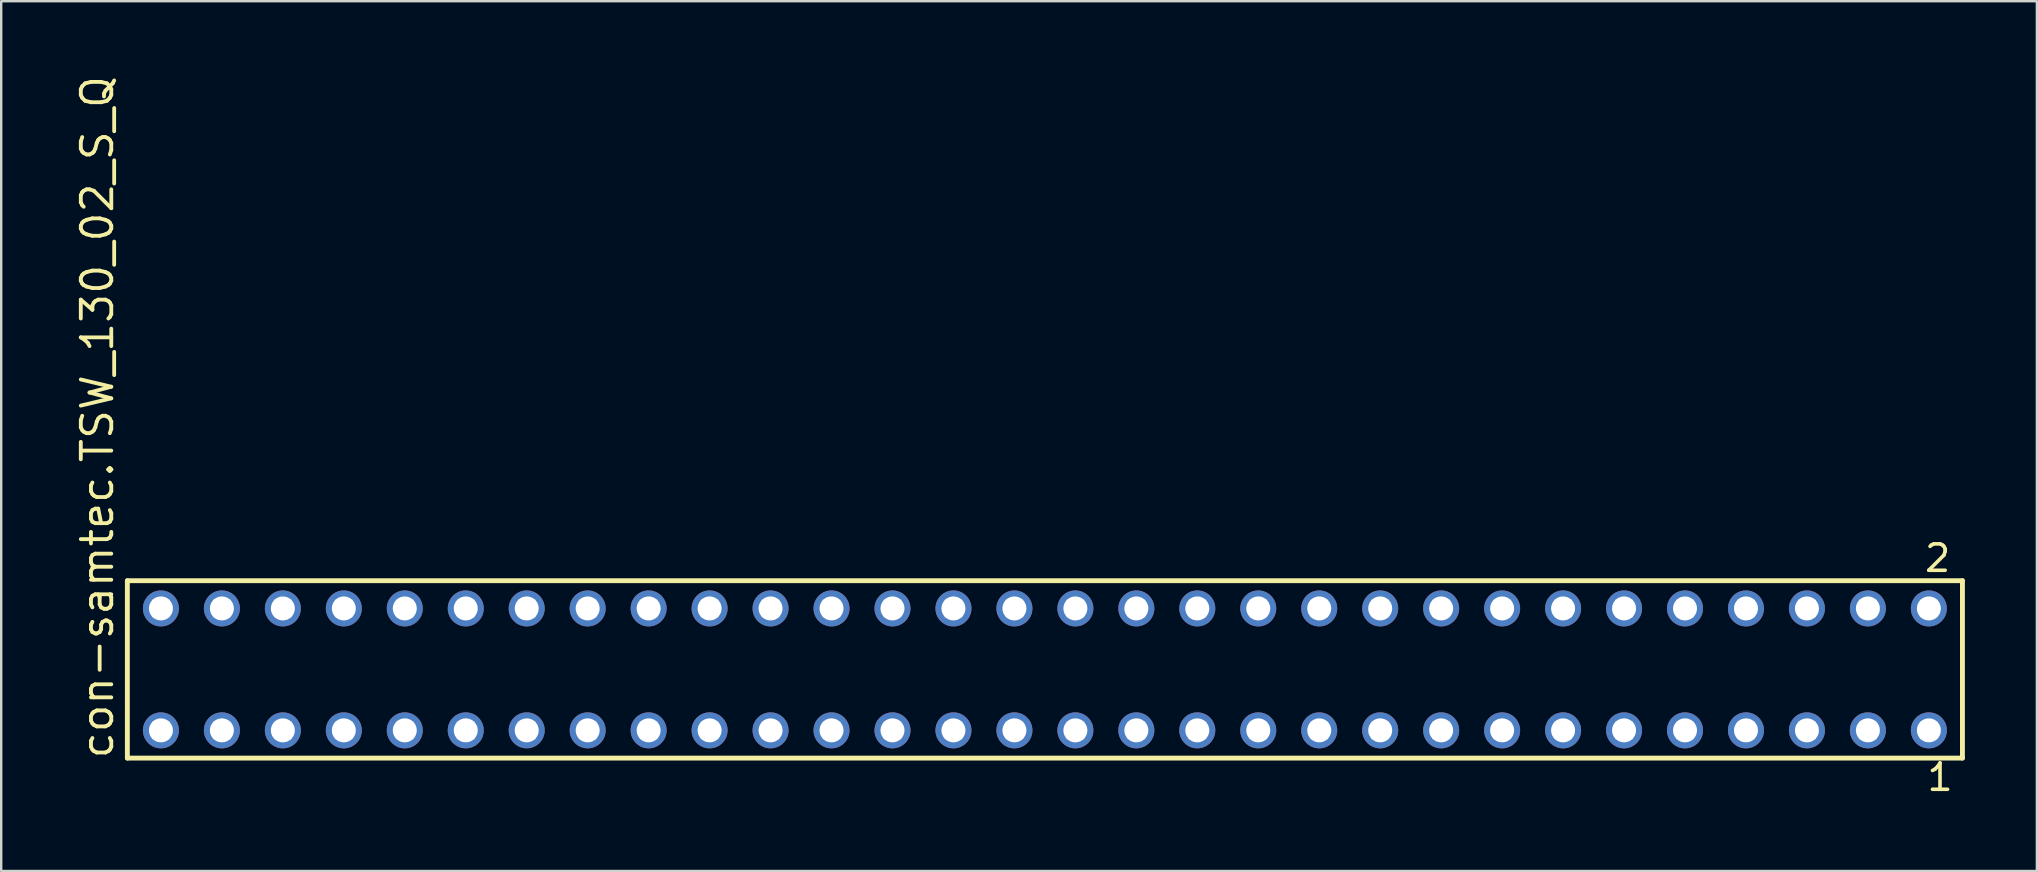
<source format=kicad_pcb>
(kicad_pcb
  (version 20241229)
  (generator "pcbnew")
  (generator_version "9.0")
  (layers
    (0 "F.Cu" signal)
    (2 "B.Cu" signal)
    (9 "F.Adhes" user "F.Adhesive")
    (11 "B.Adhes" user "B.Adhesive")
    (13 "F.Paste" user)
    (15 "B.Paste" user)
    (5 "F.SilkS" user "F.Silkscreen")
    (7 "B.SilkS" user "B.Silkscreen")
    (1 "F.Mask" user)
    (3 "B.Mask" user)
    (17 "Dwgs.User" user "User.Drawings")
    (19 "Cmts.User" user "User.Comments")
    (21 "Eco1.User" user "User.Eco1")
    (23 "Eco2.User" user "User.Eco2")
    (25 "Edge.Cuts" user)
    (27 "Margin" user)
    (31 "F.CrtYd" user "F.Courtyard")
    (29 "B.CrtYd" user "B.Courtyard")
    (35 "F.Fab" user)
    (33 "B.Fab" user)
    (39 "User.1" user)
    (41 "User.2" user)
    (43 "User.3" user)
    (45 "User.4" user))
  (footprint "con-samtec.TSW_130_02_S_Q"
    (layer "F.Cu")
    (at 40.485 24.84)
    (property "Reference" "con-samtec.TSW_130_02_S_Q" (at -38.735 3.81 90) (layer "F.SilkS") (effects (font (size 1.27 1.27) (thickness 0.16)) (justify left bottom)))
    (attr through_hole)
    (fp_line (start -38.229 -3.695) (end 38.229 -3.695) (stroke (width 0.203) (type default)) (layer "F.SilkS"))
    (fp_line (start -38.229 3.695) (end -38.229 -3.695) (stroke (width 0.203) (type default)) (layer "F.SilkS"))
    (fp_line (start 38.229 -3.695) (end 38.229 3.695) (stroke (width 0.203) (type default)) (layer "F.SilkS"))
    (fp_line (start 38.229 3.695) (end -38.229 3.695) (stroke (width 0.203) (type default)) (layer "F.SilkS"))
    (fp_rect (start -37.18 -2.19) (end -36.48 -2.89) (stroke (width 0.05) (type default)) (fill no) (layer "F.Fab"))
    (fp_rect (start -37.18 2.89) (end -36.48 2.19) (stroke (width 0.05) (type default)) (fill no) (layer "F.Fab"))
    (fp_rect (start -34.64 -2.19) (end -33.94 -2.89) (stroke (width 0.05) (type default)) (fill no) (layer "F.Fab"))
    (fp_rect (start -34.64 2.89) (end -33.94 2.19) (stroke (width 0.05) (type default)) (fill no) (layer "F.Fab"))
    (fp_rect (start -32.1 -2.19) (end -31.4 -2.89) (stroke (width 0.05) (type default)) (fill no) (layer "F.Fab"))
    (fp_rect (start -32.1 2.89) (end -31.4 2.19) (stroke (width 0.05) (type default)) (fill no) (layer "F.Fab"))
    (fp_rect (start -29.56 -2.19) (end -28.86 -2.89) (stroke (width 0.05) (type default)) (fill no) (layer "F.Fab"))
    (fp_rect (start -29.56 2.89) (end -28.86 2.19) (stroke (width 0.05) (type default)) (fill no) (layer "F.Fab"))
    (fp_rect (start -27.02 -2.19) (end -26.32 -2.89) (stroke (width 0.05) (type default)) (fill no) (layer "F.Fab"))
    (fp_rect (start -27.02 2.89) (end -26.32 2.19) (stroke (width 0.05) (type default)) (fill no) (layer "F.Fab"))
    (fp_rect (start -24.48 -2.19) (end -23.78 -2.89) (stroke (width 0.05) (type default)) (fill no) (layer "F.Fab"))
    (fp_rect (start -24.48 2.89) (end -23.78 2.19) (stroke (width 0.05) (type default)) (fill no) (layer "F.Fab"))
    (fp_rect (start -21.94 -2.19) (end -21.24 -2.89) (stroke (width 0.05) (type default)) (fill no) (layer "F.Fab"))
    (fp_rect (start -21.94 2.89) (end -21.24 2.19) (stroke (width 0.05) (type default)) (fill no) (layer "F.Fab"))
    (fp_rect (start -19.4 -2.19) (end -18.7 -2.89) (stroke (width 0.05) (type default)) (fill no) (layer "F.Fab"))
    (fp_rect (start -19.4 2.89) (end -18.7 2.19) (stroke (width 0.05) (type default)) (fill no) (layer "F.Fab"))
    (fp_rect (start -16.86 -2.19) (end -16.16 -2.89) (stroke (width 0.05) (type default)) (fill no) (layer "F.Fab"))
    (fp_rect (start -16.86 2.89) (end -16.16 2.19) (stroke (width 0.05) (type default)) (fill no) (layer "F.Fab"))
    (fp_rect (start -14.32 -2.19) (end -13.62 -2.89) (stroke (width 0.05) (type default)) (fill no) (layer "F.Fab"))
    (fp_rect (start -14.32 2.89) (end -13.62 2.19) (stroke (width 0.05) (type default)) (fill no) (layer "F.Fab"))
    (fp_rect (start -11.78 -2.19) (end -11.08 -2.89) (stroke (width 0.05) (type default)) (fill no) (layer "F.Fab"))
    (fp_rect (start -11.78 2.89) (end -11.08 2.19) (stroke (width 0.05) (type default)) (fill no) (layer "F.Fab"))
    (fp_rect (start -9.24 -2.19) (end -8.54 -2.89) (stroke (width 0.05) (type default)) (fill no) (layer "F.Fab"))
    (fp_rect (start -9.24 2.89) (end -8.54 2.19) (stroke (width 0.05) (type default)) (fill no) (layer "F.Fab"))
    (fp_rect (start -6.7 -2.19) (end -6 -2.89) (stroke (width 0.05) (type default)) (fill no) (layer "F.Fab"))
    (fp_rect (start -6.7 2.89) (end -6 2.19) (stroke (width 0.05) (type default)) (fill no) (layer "F.Fab"))
    (fp_rect (start -4.16 -2.19) (end -3.46 -2.89) (stroke (width 0.05) (type default)) (fill no) (layer "F.Fab"))
    (fp_rect (start -4.16 2.89) (end -3.46 2.19) (stroke (width 0.05) (type default)) (fill no) (layer "F.Fab"))
    (fp_rect (start -1.62 -2.19) (end -0.92 -2.89) (stroke (width 0.05) (type default)) (fill no) (layer "F.Fab"))
    (fp_rect (start -1.62 2.89) (end -0.92 2.19) (stroke (width 0.05) (type default)) (fill no) (layer "F.Fab"))
    (fp_rect (start 0.92 -2.19) (end 1.62 -2.89) (stroke (width 0.05) (type default)) (fill no) (layer "F.Fab"))
    (fp_rect (start 0.92 2.89) (end 1.62 2.19) (stroke (width 0.05) (type default)) (fill no) (layer "F.Fab"))
    (fp_rect (start 3.46 -2.19) (end 4.16 -2.89) (stroke (width 0.05) (type default)) (fill no) (layer "F.Fab"))
    (fp_rect (start 3.46 2.89) (end 4.16 2.19) (stroke (width 0.05) (type default)) (fill no) (layer "F.Fab"))
    (fp_rect (start 6 -2.19) (end 6.7 -2.89) (stroke (width 0.05) (type default)) (fill no) (layer "F.Fab"))
    (fp_rect (start 6 2.89) (end 6.7 2.19) (stroke (width 0.05) (type default)) (fill no) (layer "F.Fab"))
    (fp_rect (start 8.54 -2.19) (end 9.24 -2.89) (stroke (width 0.05) (type default)) (fill no) (layer "F.Fab"))
    (fp_rect (start 8.54 2.89) (end 9.24 2.19) (stroke (width 0.05) (type default)) (fill no) (layer "F.Fab"))
    (fp_rect (start 11.08 -2.19) (end 11.78 -2.89) (stroke (width 0.05) (type default)) (fill no) (layer "F.Fab"))
    (fp_rect (start 11.08 2.89) (end 11.78 2.19) (stroke (width 0.05) (type default)) (fill no) (layer "F.Fab"))
    (fp_rect (start 13.62 -2.19) (end 14.32 -2.89) (stroke (width 0.05) (type default)) (fill no) (layer "F.Fab"))
    (fp_rect (start 13.62 2.89) (end 14.32 2.19) (stroke (width 0.05) (type default)) (fill no) (layer "F.Fab"))
    (fp_rect (start 16.16 -2.19) (end 16.86 -2.89) (stroke (width 0.05) (type default)) (fill no) (layer "F.Fab"))
    (fp_rect (start 16.16 2.89) (end 16.86 2.19) (stroke (width 0.05) (type default)) (fill no) (layer "F.Fab"))
    (fp_rect (start 18.7 -2.19) (end 19.4 -2.89) (stroke (width 0.05) (type default)) (fill no) (layer "F.Fab"))
    (fp_rect (start 18.7 2.89) (end 19.4 2.19) (stroke (width 0.05) (type default)) (fill no) (layer "F.Fab"))
    (fp_rect (start 21.24 -2.19) (end 21.94 -2.89) (stroke (width 0.05) (type default)) (fill no) (layer "F.Fab"))
    (fp_rect (start 21.24 2.89) (end 21.94 2.19) (stroke (width 0.05) (type default)) (fill no) (layer "F.Fab"))
    (fp_rect (start 23.78 -2.19) (end 24.48 -2.89) (stroke (width 0.05) (type default)) (fill no) (layer "F.Fab"))
    (fp_rect (start 23.78 2.89) (end 24.48 2.19) (stroke (width 0.05) (type default)) (fill no) (layer "F.Fab"))
    (fp_rect (start 26.32 -2.19) (end 27.02 -2.89) (stroke (width 0.05) (type default)) (fill no) (layer "F.Fab"))
    (fp_rect (start 26.32 2.89) (end 27.02 2.19) (stroke (width 0.05) (type default)) (fill no) (layer "F.Fab"))
    (fp_rect (start 28.86 -2.19) (end 29.56 -2.89) (stroke (width 0.05) (type default)) (fill no) (layer "F.Fab"))
    (fp_rect (start 28.86 2.89) (end 29.56 2.19) (stroke (width 0.05) (type default)) (fill no) (layer "F.Fab"))
    (fp_rect (start 31.4 -2.19) (end 32.1 -2.89) (stroke (width 0.05) (type default)) (fill no) (layer "F.Fab"))
    (fp_rect (start 31.4 2.89) (end 32.1 2.19) (stroke (width 0.05) (type default)) (fill no) (layer "F.Fab"))
    (fp_rect (start 33.94 -2.19) (end 34.64 -2.89) (stroke (width 0.05) (type default)) (fill no) (layer "F.Fab"))
    (fp_rect (start 33.94 2.89) (end 34.64 2.19) (stroke (width 0.05) (type default)) (fill no) (layer "F.Fab"))
    (fp_rect (start 36.48 -2.19) (end 37.18 -2.89) (stroke (width 0.05) (type default)) (fill no) (layer "F.Fab"))
    (fp_rect (start 36.48 2.89) (end 37.18 2.19) (stroke (width 0.05) (type default)) (fill no) (layer "F.Fab"))
    (fp_text user "1" (at 36.672 5.138 0) (layer "F.SilkS") (effects (font (size 1.1 1.1) (thickness 0.15)) (justify left bottom)))
    (fp_text user "2" (at 36.572 -3.989 0) (layer "F.SilkS") (effects (font (size 1.1 1.1) (thickness 0.15)) (justify left bottom)))
    (pad "1" thru_hole circle (at 36.83 2.54 180) (size 1.5 1.5) (drill 1) (layers "*.Cu" "*.Mask"))
    (pad "2" thru_hole circle (at 36.83 -2.54 180) (size 1.5 1.5) (drill 1) (layers "*.Cu" "*.Mask"))
    (pad "3" thru_hole circle (at 34.29 2.54 180) (size 1.5 1.5) (drill 1) (layers "*.Cu" "*.Mask"))
    (pad "4" thru_hole circle (at 34.29 -2.54 180) (size 1.5 1.5) (drill 1) (layers "*.Cu" "*.Mask"))
    (pad "5" thru_hole circle (at 31.75 2.54 180) (size 1.5 1.5) (drill 1) (layers "*.Cu" "*.Mask"))
    (pad "6" thru_hole circle (at 31.75 -2.54 180) (size 1.5 1.5) (drill 1) (layers "*.Cu" "*.Mask"))
    (pad "7" thru_hole circle (at 29.21 2.54 180) (size 1.5 1.5) (drill 1) (layers "*.Cu" "*.Mask"))
    (pad "8" thru_hole circle (at 29.21 -2.54 180) (size 1.5 1.5) (drill 1) (layers "*.Cu" "*.Mask"))
    (pad "9" thru_hole circle (at 26.67 2.54 180) (size 1.5 1.5) (drill 1) (layers "*.Cu" "*.Mask"))
    (pad "10" thru_hole circle (at 26.67 -2.54 180) (size 1.5 1.5) (drill 1) (layers "*.Cu" "*.Mask"))
    (pad "11" thru_hole circle (at 24.13 2.54 180) (size 1.5 1.5) (drill 1) (layers "*.Cu" "*.Mask"))
    (pad "12" thru_hole circle (at 24.13 -2.54 180) (size 1.5 1.5) (drill 1) (layers "*.Cu" "*.Mask"))
    (pad "13" thru_hole circle (at 21.59 2.54 180) (size 1.5 1.5) (drill 1) (layers "*.Cu" "*.Mask"))
    (pad "14" thru_hole circle (at 21.59 -2.54 180) (size 1.5 1.5) (drill 1) (layers "*.Cu" "*.Mask"))
    (pad "15" thru_hole circle (at 19.05 2.54 180) (size 1.5 1.5) (drill 1) (layers "*.Cu" "*.Mask"))
    (pad "16" thru_hole circle (at 19.05 -2.54 180) (size 1.5 1.5) (drill 1) (layers "*.Cu" "*.Mask"))
    (pad "17" thru_hole circle (at 16.51 2.54 180) (size 1.5 1.5) (drill 1) (layers "*.Cu" "*.Mask"))
    (pad "18" thru_hole circle (at 16.51 -2.54 180) (size 1.5 1.5) (drill 1) (layers "*.Cu" "*.Mask"))
    (pad "19" thru_hole circle (at 13.97 2.54 180) (size 1.5 1.5) (drill 1) (layers "*.Cu" "*.Mask"))
    (pad "20" thru_hole circle (at 13.97 -2.54 180) (size 1.5 1.5) (drill 1) (layers "*.Cu" "*.Mask"))
    (pad "21" thru_hole circle (at 11.43 2.54 180) (size 1.5 1.5) (drill 1) (layers "*.Cu" "*.Mask"))
    (pad "22" thru_hole circle (at 11.43 -2.54 180) (size 1.5 1.5) (drill 1) (layers "*.Cu" "*.Mask"))
    (pad "23" thru_hole circle (at 8.89 2.54 180) (size 1.5 1.5) (drill 1) (layers "*.Cu" "*.Mask"))
    (pad "24" thru_hole circle (at 8.89 -2.54 180) (size 1.5 1.5) (drill 1) (layers "*.Cu" "*.Mask"))
    (pad "25" thru_hole circle (at 6.35 2.54 180) (size 1.5 1.5) (drill 1) (layers "*.Cu" "*.Mask"))
    (pad "26" thru_hole circle (at 6.35 -2.54 180) (size 1.5 1.5) (drill 1) (layers "*.Cu" "*.Mask"))
    (pad "27" thru_hole circle (at 3.81 2.54 180) (size 1.5 1.5) (drill 1) (layers "*.Cu" "*.Mask"))
    (pad "28" thru_hole circle (at 3.81 -2.54 180) (size 1.5 1.5) (drill 1) (layers "*.Cu" "*.Mask"))
    (pad "29" thru_hole circle (at 1.27 2.54 180) (size 1.5 1.5) (drill 1) (layers "*.Cu" "*.Mask"))
    (pad "30" thru_hole circle (at 1.27 -2.54 180) (size 1.5 1.5) (drill 1) (layers "*.Cu" "*.Mask"))
    (pad "31" thru_hole circle (at -1.27 2.54 180) (size 1.5 1.5) (drill 1) (layers "*.Cu" "*.Mask"))
    (pad "32" thru_hole circle (at -1.27 -2.54 180) (size 1.5 1.5) (drill 1) (layers "*.Cu" "*.Mask"))
    (pad "33" thru_hole circle (at -3.81 2.54 180) (size 1.5 1.5) (drill 1) (layers "*.Cu" "*.Mask"))
    (pad "34" thru_hole circle (at -3.81 -2.54 180) (size 1.5 1.5) (drill 1) (layers "*.Cu" "*.Mask"))
    (pad "35" thru_hole circle (at -6.35 2.54 180) (size 1.5 1.5) (drill 1) (layers "*.Cu" "*.Mask"))
    (pad "36" thru_hole circle (at -6.35 -2.54 180) (size 1.5 1.5) (drill 1) (layers "*.Cu" "*.Mask"))
    (pad "37" thru_hole circle (at -8.89 2.54 180) (size 1.5 1.5) (drill 1) (layers "*.Cu" "*.Mask"))
    (pad "38" thru_hole circle (at -8.89 -2.54 180) (size 1.5 1.5) (drill 1) (layers "*.Cu" "*.Mask"))
    (pad "39" thru_hole circle (at -11.43 2.54 180) (size 1.5 1.5) (drill 1) (layers "*.Cu" "*.Mask"))
    (pad "40" thru_hole circle (at -11.43 -2.54 180) (size 1.5 1.5) (drill 1) (layers "*.Cu" "*.Mask"))
    (pad "41" thru_hole circle (at -13.97 2.54 180) (size 1.5 1.5) (drill 1) (layers "*.Cu" "*.Mask"))
    (pad "42" thru_hole circle (at -13.97 -2.54 180) (size 1.5 1.5) (drill 1) (layers "*.Cu" "*.Mask"))
    (pad "43" thru_hole circle (at -16.51 2.54 180) (size 1.5 1.5) (drill 1) (layers "*.Cu" "*.Mask"))
    (pad "44" thru_hole circle (at -16.51 -2.54 180) (size 1.5 1.5) (drill 1) (layers "*.Cu" "*.Mask"))
    (pad "45" thru_hole circle (at -19.05 2.54 180) (size 1.5 1.5) (drill 1) (layers "*.Cu" "*.Mask"))
    (pad "46" thru_hole circle (at -19.05 -2.54 180) (size 1.5 1.5) (drill 1) (layers "*.Cu" "*.Mask"))
    (pad "47" thru_hole circle (at -21.59 2.54 180) (size 1.5 1.5) (drill 1) (layers "*.Cu" "*.Mask"))
    (pad "48" thru_hole circle (at -21.59 -2.54 180) (size 1.5 1.5) (drill 1) (layers "*.Cu" "*.Mask"))
    (pad "49" thru_hole circle (at -24.13 2.54 180) (size 1.5 1.5) (drill 1) (layers "*.Cu" "*.Mask"))
    (pad "50" thru_hole circle (at -24.13 -2.54 180) (size 1.5 1.5) (drill 1) (layers "*.Cu" "*.Mask"))
    (pad "51" thru_hole circle (at -26.67 2.54 180) (size 1.5 1.5) (drill 1) (layers "*.Cu" "*.Mask"))
    (pad "52" thru_hole circle (at -26.67 -2.54 180) (size 1.5 1.5) (drill 1) (layers "*.Cu" "*.Mask"))
    (pad "53" thru_hole circle (at -29.21 2.54 180) (size 1.5 1.5) (drill 1) (layers "*.Cu" "*.Mask"))
    (pad "54" thru_hole circle (at -29.21 -2.54 180) (size 1.5 1.5) (drill 1) (layers "*.Cu" "*.Mask"))
    (pad "55" thru_hole circle (at -31.75 2.54 180) (size 1.5 1.5) (drill 1) (layers "*.Cu" "*.Mask"))
    (pad "56" thru_hole circle (at -31.75 -2.54 180) (size 1.5 1.5) (drill 1) (layers "*.Cu" "*.Mask"))
    (pad "57" thru_hole circle (at -34.29 2.54 180) (size 1.5 1.5) (drill 1) (layers "*.Cu" "*.Mask"))
    (pad "58" thru_hole circle (at -34.29 -2.54 180) (size 1.5 1.5) (drill 1) (layers "*.Cu" "*.Mask"))
    (pad "59" thru_hole circle (at -36.83 2.54 180) (size 1.5 1.5) (drill 1) (layers "*.Cu" "*.Mask"))
    (pad "60" thru_hole circle (at -36.83 -2.54 180) (size 1.5 1.5) (drill 1) (layers "*.Cu" "*.Mask")))
  (gr_rect
    (start -3 -3)
    (end 81.816 33.241)
    (stroke (width 0.1) (type default))
    (fill no)
    (layer "Edge.Cuts")))
</source>
